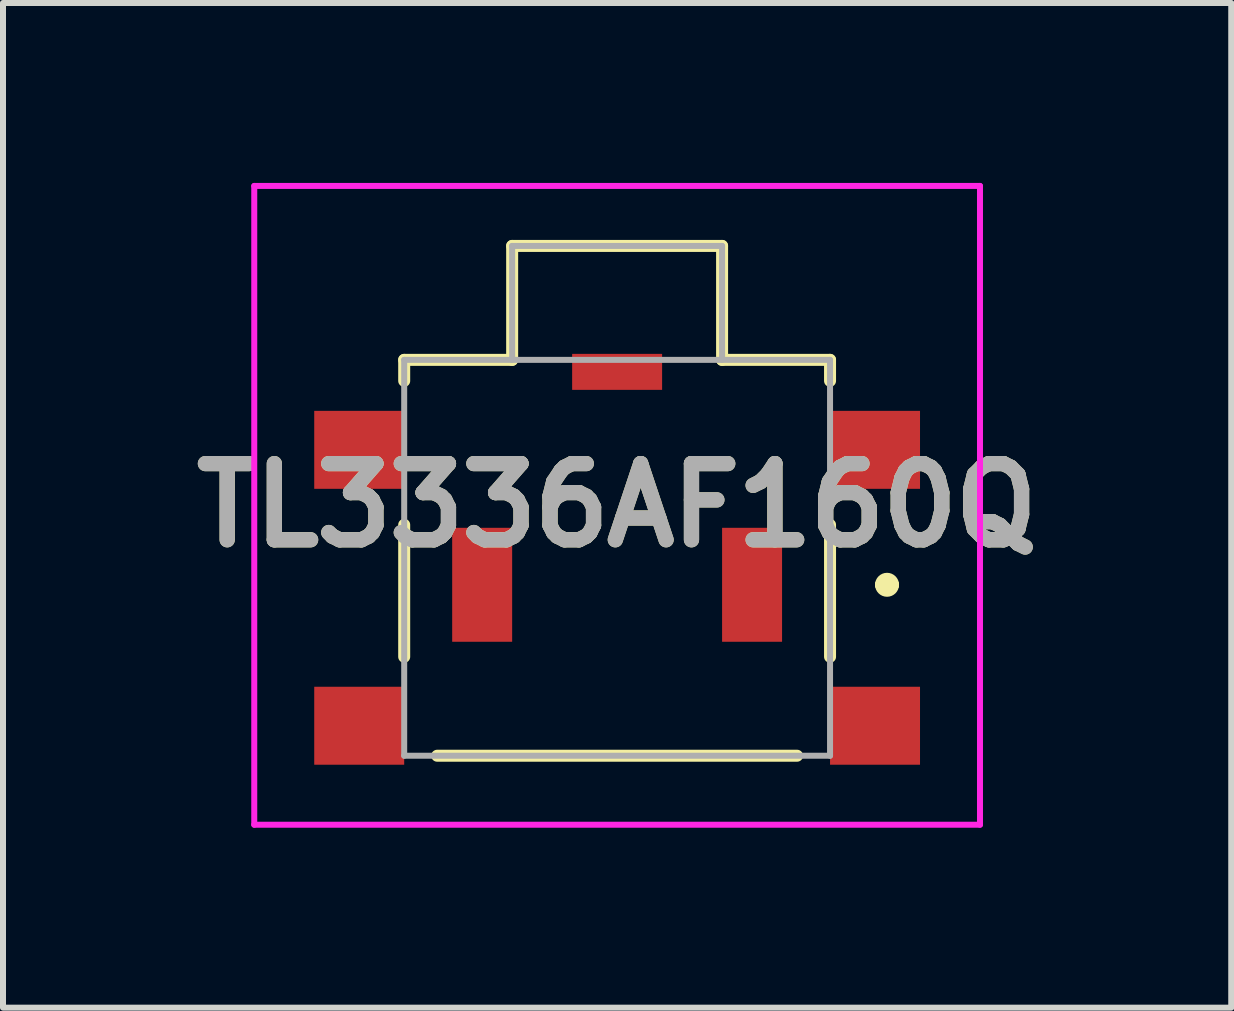
<source format=kicad_pcb>
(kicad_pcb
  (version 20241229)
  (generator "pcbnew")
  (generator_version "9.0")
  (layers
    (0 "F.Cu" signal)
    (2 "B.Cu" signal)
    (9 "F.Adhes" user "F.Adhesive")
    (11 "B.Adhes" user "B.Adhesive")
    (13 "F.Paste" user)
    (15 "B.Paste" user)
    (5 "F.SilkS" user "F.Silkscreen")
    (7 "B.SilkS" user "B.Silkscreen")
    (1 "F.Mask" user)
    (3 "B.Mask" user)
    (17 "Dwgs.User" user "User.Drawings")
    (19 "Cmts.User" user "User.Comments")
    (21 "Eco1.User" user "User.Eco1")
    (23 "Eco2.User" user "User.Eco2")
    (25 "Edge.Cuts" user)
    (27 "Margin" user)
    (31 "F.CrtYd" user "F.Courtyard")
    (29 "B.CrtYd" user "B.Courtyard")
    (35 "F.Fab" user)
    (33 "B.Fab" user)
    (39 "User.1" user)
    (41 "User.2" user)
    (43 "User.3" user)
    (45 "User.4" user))
  (footprint "TL3336AF160Q"
    (layer "F.Cu")
    (at 7.239 6.25)
    (property "Reference" "TL3336AF160Q" (at 0 -0.875 0) (layer "F.SilkS") (effects (font (size 1.27 1.27) (thickness 0.254))))
    (attr smd)
    (fp_line (start -3.55 -3.3) (end -3.55 -2.95) (stroke (width 0.2) (type solid)) (layer "F.SilkS"))
    (fp_line (start -3.55 -0.55) (end -3.55 1.65) (stroke (width 0.2) (type solid)) (layer "F.SilkS"))
    (fp_line (start -1.75 -5.2) (end -1.75 -3.3) (stroke (width 0.2) (type solid)) (layer "F.SilkS"))
    (fp_line (start -1.75 -3.3) (end -3.55 -3.3) (stroke (width 0.2) (type solid)) (layer "F.SilkS"))
    (fp_line (start 1.75 -5.2) (end -1.75 -5.2) (stroke (width 0.2) (type solid)) (layer "F.SilkS"))
    (fp_line (start 1.75 -3.3) (end 1.75 -5.2) (stroke (width 0.2) (type solid)) (layer "F.SilkS"))
    (fp_line (start 3 3.3) (end -3 3.3) (stroke (width 0.2) (type solid)) (layer "F.SilkS"))
    (fp_line (start 3.55 -3.3) (end 1.75 -3.3) (stroke (width 0.2) (type solid)) (layer "F.SilkS"))
    (fp_line (start 3.55 -2.95) (end 3.55 -3.3) (stroke (width 0.2) (type solid)) (layer "F.SilkS"))
    (fp_line (start 3.55 -0.55) (end 3.55 1.65) (stroke (width 0.2) (type solid)) (layer "F.SilkS"))
    (fp_line (start 4.4 0.45) (end 4.4 0.45) (stroke (width 0.2) (type solid)) (layer "F.SilkS"))
    (fp_line (start 4.6 0.45) (end 4.6 0.45) (stroke (width 0.2) (type solid)) (layer "F.SilkS"))
    (fp_arc (start 4.4 0.45) (mid 4.5 0.35) (end 4.6 0.45) (stroke (width 0.2) (type solid)) (layer "F.SilkS"))
    (fp_arc (start 4.6 0.45) (mid 4.5 0.55) (end 4.4 0.45) (stroke (width 0.2) (type solid)) (layer "F.SilkS"))
    (fp_line (start -6.05 -6.2) (end -6.05 4.45) (stroke (width 0.1) (type solid)) (layer "F.CrtYd"))
    (fp_line (start -6.05 4.45) (end 6.05 4.45) (stroke (width 0.1) (type solid)) (layer "F.CrtYd"))
    (fp_line (start 6.05 -6.2) (end -6.05 -6.2) (stroke (width 0.1) (type solid)) (layer "F.CrtYd"))
    (fp_line (start 6.05 4.45) (end 6.05 -6.2) (stroke (width 0.1) (type solid)) (layer "F.CrtYd"))
    (fp_line (start -3.55 -3.3) (end -3.55 3.3) (stroke (width 0.1) (type solid)) (layer "F.Fab"))
    (fp_line (start -3.55 3.3) (end 3.55 3.3) (stroke (width 0.1) (type solid)) (layer "F.Fab"))
    (fp_line (start -1.75 -5.2) (end -1.75 -3.3) (stroke (width 0.1) (type solid)) (layer "F.Fab"))
    (fp_line (start 1.75 -5.2) (end -1.75 -5.2) (stroke (width 0.1) (type solid)) (layer "F.Fab"))
    (fp_line (start 1.75 -3.3) (end 1.75 -5.2) (stroke (width 0.1) (type solid)) (layer "F.Fab"))
    (fp_line (start 3.55 -3.3) (end -3.55 -3.3) (stroke (width 0.1) (type solid)) (layer "F.Fab"))
    (fp_line (start 3.55 3.3) (end 3.55 -3.3) (stroke (width 0.1) (type solid)) (layer "F.Fab"))
    (fp_text user "${REFERENCE}" (at 0 -0.875 0) (layer "F.Fab") (effects (font (size 1.27 1.27) (thickness 0.254))))
    (pad "1" smd rect (at 2.25 0.45) (size 1 1.9) (layers "F.Cu" "F.Mask" "F.Paste"))
    (pad "2" smd rect (at -2.25 0.45) (size 1 1.9) (layers "F.Cu" "F.Mask" "F.Paste"))
    (pad "MP1" smd rect (at 4.3 -1.8 90) (size 1.3 1.5) (layers "F.Cu" "F.Mask" "F.Paste"))
    (pad "MP2" smd rect (at 4.3 2.8 90) (size 1.3 1.5) (layers "F.Cu" "F.Mask" "F.Paste"))
    (pad "MP3" smd rect (at -4.3 2.8 90) (size 1.3 1.5) (layers "F.Cu" "F.Mask" "F.Paste"))
    (pad "MP4" smd rect (at -4.3 -1.8 90) (size 1.3 1.5) (layers "F.Cu" "F.Mask" "F.Paste"))
    (pad "MP5" smd rect (at 0 -3.1 90) (size 0.6 1.5) (layers "F.Cu" "F.Mask" "F.Paste")))
  (gr_rect
    (start -3 -3)
    (end 17.478 13.75)
    (stroke (width 0.1) (type default))
    (fill no)
    (layer "Edge.Cuts")))
</source>
